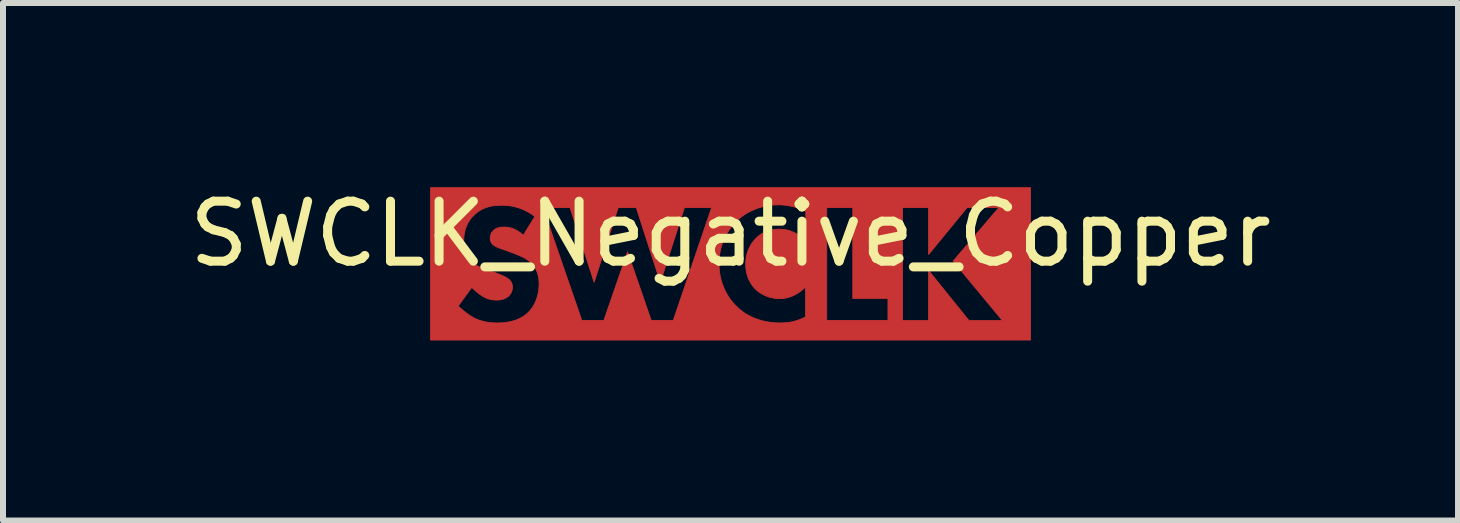
<source format=kicad_pcb>
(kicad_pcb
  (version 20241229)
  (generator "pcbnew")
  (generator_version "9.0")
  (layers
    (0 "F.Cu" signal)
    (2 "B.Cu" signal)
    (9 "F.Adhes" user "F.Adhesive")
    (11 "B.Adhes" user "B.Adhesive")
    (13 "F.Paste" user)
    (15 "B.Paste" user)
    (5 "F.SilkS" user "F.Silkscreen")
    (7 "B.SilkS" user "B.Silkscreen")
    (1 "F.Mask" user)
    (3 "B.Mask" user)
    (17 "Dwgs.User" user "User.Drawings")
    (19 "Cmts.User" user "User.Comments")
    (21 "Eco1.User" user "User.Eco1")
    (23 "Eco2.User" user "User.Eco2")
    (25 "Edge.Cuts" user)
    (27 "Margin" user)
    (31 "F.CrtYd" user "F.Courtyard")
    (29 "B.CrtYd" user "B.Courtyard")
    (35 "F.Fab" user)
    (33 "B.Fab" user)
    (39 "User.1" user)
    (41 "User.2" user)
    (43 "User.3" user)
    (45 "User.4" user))
  (footprint "SWCLK_Negative_Copper"
    (layer "F.Cu")
    (at 9.125 1.348)
    (property "Reference" "SWCLK_Negative_Copper" (at 0 -0.5 0) (unlocked yes) (layer "F.SilkS") (effects (font (size 1 1) (thickness 0.15))))
    (fp_poly (pts (xy 5.001 1.27) (xy -5 1.27) (xy -5 0.702) (xy -4.538 0.702) (xy -4.51 0.729) (xy -4.478 0.757) (xy -4.445 0.785) (xy -4.41 0.812) (xy -4.373 0.839) (xy -4.355 0.852) (xy -4.336 0.864) (xy -4.317 0.875) (xy -4.299 0.887) (xy -4.281 0.897) (xy -4.263 0.907) (xy -4.24 0.917) (xy -4.218 0.926) (xy -4.195 0.935) (xy -4.173 0.943) (xy -4.15 0.95) (xy -4.127 0.956) (xy -4.104 0.962) (xy -4.081 0.967) (xy -4.058 0.971) (xy -4.034 0.975) (xy -4.011 0.978) (xy -3.987 0.98) (xy -3.963 0.982) (xy -3.938 0.983) (xy -3.914 0.984) (xy -3.889 0.984) (xy -3.837 0.983) (xy -3.808 0.982) (xy -3.777 0.979) (xy -3.744 0.976) (xy -3.71 0.97) (xy -3.674 0.964) (xy -3.638 0.955) (xy -3.602 0.944) (xy -3.565 0.932) (xy -3.528 0.916) (xy -3.492 0.898) (xy -3.456 0.877) (xy -3.439 0.865) (xy -3.421 0.853) (xy -3.405 0.839) (xy -3.388 0.825) (xy -3.372 0.81) (xy -3.356 0.794) (xy -3.338 0.774) (xy -3.321 0.752) (xy -3.304 0.729) (xy -3.288 0.705) (xy -3.274 0.679) (xy -3.26 0.653) (xy -3.248 0.625) (xy -3.236 0.595) (xy -3.226 0.565) (xy -3.217 0.534) (xy -3.209 0.501) (xy -3.202 0.468) (xy -3.197 0.434) (xy -3.193 0.4) (xy -3.191 0.364) (xy -3.19 0.328) (xy -3.191 0.307) (xy -3.192 0.286) (xy -3.194 0.264) (xy -3.196 0.242) (xy -3.2 0.22) (xy -3.205 0.197) (xy -3.211 0.175) (xy -3.218 0.152) (xy -3.226 0.13) (xy -3.236 0.107) (xy -3.247 0.085) (xy -3.26 0.063) (xy -3.275 0.041) (xy -3.291 0.02) (xy -3.308 -0.001) (xy -3.328 -0.021) (xy -3.342 -0.034) (xy -3.357 -0.046) (xy -3.372 -0.058) (xy -3.388 -0.069) (xy -3.404 -0.08) (xy -3.42 -0.09) (xy -3.437 -0.099) (xy -3.454 -0.108) (xy -3.471 -0.117) (xy -3.488 -0.125) (xy -3.521 -0.14) (xy -3.554 -0.153) (xy -3.585 -0.166) (xy -3.726 -0.219) (xy -3.811 -0.249) (xy -3.845 -0.261) (xy -3.861 -0.267) (xy -3.875 -0.273) (xy -3.889 -0.279) (xy -3.901 -0.285) (xy -3.913 -0.29) (xy -3.924 -0.297) (xy -3.935 -0.303) (xy -3.945 -0.31) (xy -3.954 -0.317) (xy -3.963 -0.325) (xy -3.968 -0.33) (xy -3.973 -0.335) (xy -3.977 -0.341) (xy -3.981 -0.347) (xy -3.985 -0.352) (xy -3.989 -0.358) (xy -3.992 -0.365) (xy -3.995 -0.371) (xy -3.997 -0.377) (xy -3.999 -0.384) (xy -4.001 -0.391) (xy -4.003 -0.398) (xy -4.004 -0.406) (xy -4.005 -0.414) (xy -4.005 -0.422) (xy -4.005 -0.43) (xy -4.005 -0.44) (xy -4.004 -0.449) (xy -4.003 -0.457) (xy -4.001 -0.466) (xy -3.999 -0.474) (xy -3.997 -0.483) (xy -3.994 -0.491) (xy -3.991 -0.498) (xy -3.988 -0.506) (xy -3.984 -0.513) (xy -3.98 -0.52) (xy -3.975 -0.527) (xy -3.971 -0.533) (xy -3.966 -0.539) (xy -3.961 -0.545) (xy -3.956 -0.55) (xy -3.951 -0.555) (xy -3.946 -0.56) (xy -3.941 -0.565) (xy -3.936 -0.569) (xy -3.926 -0.577) (xy -3.915 -0.584) (xy -3.903 -0.59) (xy -3.892 -0.595) (xy -3.88 -0.6) (xy -3.868 -0.603) (xy -3.856 -0.606) (xy -3.844 -0.609) (xy -3.832 -0.61) (xy -3.819 -0.612) (xy -3.807 -0.613) (xy -3.795 -0.613) (xy -3.772 -0.614) (xy -3.748 -0.613) (xy -3.734 -0.612) (xy -3.719 -0.611) (xy -3.702 -0.608) (xy -3.684 -0.605) (xy -3.665 -0.6) (xy -3.645 -0.594) (xy -3.624 -0.587) (xy -3.602 -0.578) (xy -3.58 -0.567) (xy -3.556 -0.554) (xy -3.532 -0.539) (xy -3.507 -0.522) (xy -3.481 -0.502) (xy -3.455 -0.48) (xy -3.455 -0.473) (xy -3.261 -0.79) (xy -3.302 -0.82) (xy -3.342 -0.846) (xy -3.382 -0.869) (xy -3.422 -0.889) (xy -3.461 -0.907) (xy -3.499 -0.922) (xy -3.536 -0.935) (xy -3.547 -0.938) (xy -3.127 -0.938) (xy -2.478 0.942) (xy -2.111 0.942) (xy -1.716 -0.201) (xy -1.321 0.942) (xy -0.954 0.942) (xy -0.633 -0.004) (xy -0.192 -0.004) (xy -0.19 0.052) (xy -0.186 0.107) (xy -0.179 0.16) (xy -0.17 0.212) (xy -0.158 0.262) (xy -0.144 0.311) (xy -0.127 0.358) (xy -0.109 0.404) (xy -0.088 0.449) (xy -0.066 0.491) (xy -0.042 0.532) (xy -0.016 0.571) (xy 0.011 0.609) (xy 0.04 0.644) (xy 0.07 0.678) (xy 0.101 0.709) (xy 0.131 0.738) (xy 0.163 0.765) (xy 0.197 0.792) (xy 0.233 0.818) (xy 0.271 0.842) (xy 0.312 0.864) (xy 0.354 0.885) (xy 0.398 0.905) (xy 0.445 0.922) (xy 0.494 0.938) (xy 0.546 0.952) (xy 0.599 0.963) (xy 0.655 0.972) (xy 0.714 0.979) (xy 0.775 0.983) (xy 0.838 0.984) (xy 0.882 0.983) (xy 0.928 0.98) (xy 0.952 0.978) (xy 0.976 0.974) (xy 1.001 0.97) (xy 1.027 0.965) (xy 1.053 0.959) (xy 1.08 0.952) (xy 1.1 0.945) (xy 2.867 0.945) (xy 3.301 0.945) (xy 3.301 0.109) (xy 3.975 0.945) (xy 4.532 0.945) (xy 3.71 -0.046) (xy 4.472 -0.938) (xy 3.943 -0.938) (xy 3.301 -0.155) (xy 3.301 -0.938) (xy 2.867 -0.938) (xy 2.867 0.945) (xy 1.1 0.945) (xy 1.107 0.943) (xy 1.111 0.942) (xy 1.604 0.942) (xy 2.624 0.942) (xy 2.624 0.575) (xy 2.038 0.575) (xy 2.038 -0.938) (xy 1.604 -0.938) (xy 1.604 0.942) (xy 1.111 0.942) (xy 1.136 0.934) (xy 1.164 0.923) (xy 1.194 0.911) (xy 1.224 0.897) (xy 1.248 0.885) (xy 1.251 0.885) (xy 1.255 0.882) (xy 1.251 0.884) (xy 1.251 0.885) (xy 1.248 0.885) (xy 1.251 0.884) (xy 1.251 0.385) (xy 1.22 0.413) (xy 1.19 0.439) (xy 1.16 0.463) (xy 1.13 0.483) (xy 1.101 0.501) (xy 1.072 0.517) (xy 1.044 0.531) (xy 1.016 0.542) (xy 0.989 0.552) (xy 0.963 0.56) (xy 0.937 0.566) (xy 0.912 0.571) (xy 0.888 0.575) (xy 0.865 0.577) (xy 0.842 0.578) (xy 0.821 0.579) (xy 0.8 0.578) (xy 0.779 0.577) (xy 0.759 0.576) (xy 0.739 0.573) (xy 0.72 0.571) (xy 0.702 0.567) (xy 0.684 0.563) (xy 0.666 0.559) (xy 0.649 0.555) (xy 0.633 0.55) (xy 0.617 0.544) (xy 0.602 0.539) (xy 0.587 0.533) (xy 0.573 0.527) (xy 0.56 0.52) (xy 0.547 0.514) (xy 0.522 0.5) (xy 0.5 0.487) (xy 0.48 0.474) (xy 0.463 0.461) (xy 0.447 0.449) (xy 0.434 0.438) (xy 0.424 0.428) (xy 0.415 0.42) (xy 0.399 0.403) (xy 0.384 0.386) (xy 0.369 0.367) (xy 0.354 0.346) (xy 0.34 0.325) (xy 0.327 0.302) (xy 0.314 0.278) (xy 0.302 0.253) (xy 0.292 0.226) (xy 0.282 0.198) (xy 0.273 0.169) (xy 0.266 0.139) (xy 0.261 0.107) (xy 0.256 0.074) (xy 0.254 0.039) (xy 0.253 0.004) (xy 0.254 -0.03) (xy 0.256 -0.063) (xy 0.26 -0.095) (xy 0.266 -0.126) (xy 0.272 -0.156) (xy 0.281 -0.186) (xy 0.29 -0.215) (xy 0.301 -0.243) (xy 0.314 -0.27) (xy 0.327 -0.296) (xy 0.341 -0.321) (xy 0.357 -0.345) (xy 0.374 -0.368) (xy 0.391 -0.39) (xy 0.41 -0.411) (xy 0.429 -0.43) (xy 0.448 -0.448) (xy 0.468 -0.465) (xy 0.488 -0.481) (xy 0.509 -0.495) (xy 0.53 -0.509) (xy 0.552 -0.521) (xy 0.575 -0.532) (xy 0.599 -0.542) (xy 0.623 -0.55) (xy 0.648 -0.558) (xy 0.674 -0.564) (xy 0.701 -0.569) (xy 0.728 -0.573) (xy 0.756 -0.576) (xy 0.784 -0.578) (xy 0.814 -0.579) (xy 0.832 -0.578) (xy 0.851 -0.577) (xy 0.869 -0.576) (xy 0.887 -0.574) (xy 0.904 -0.572) (xy 0.921 -0.569) (xy 0.938 -0.565) (xy 0.954 -0.562) (xy 0.97 -0.557) (xy 0.986 -0.553) (xy 1.017 -0.542) (xy 1.046 -0.53) (xy 1.074 -0.516) (xy 1.101 -0.502) (xy 1.126 -0.486) (xy 1.151 -0.469) (xy 1.174 -0.452) (xy 1.196 -0.434) (xy 1.217 -0.415) (xy 1.236 -0.397) (xy 1.255 -0.377) (xy 1.255 -0.878) (xy 1.221 -0.893) (xy 1.188 -0.906) (xy 1.156 -0.918) (xy 1.124 -0.929) (xy 1.094 -0.939) (xy 1.064 -0.948) (xy 1.035 -0.955) (xy 1.006 -0.962) (xy 0.979 -0.967) (xy 0.952 -0.972) (xy 0.926 -0.976) (xy 0.9 -0.979) (xy 0.875 -0.981) (xy 0.851 -0.983) (xy 0.827 -0.984) (xy 0.803 -0.984) (xy 0.749 -0.983) (xy 0.696 -0.979) (xy 0.644 -0.973) (xy 0.593 -0.965) (xy 0.544 -0.954) (xy 0.496 -0.941) (xy 0.45 -0.926) (xy 0.405 -0.909) (xy 0.361 -0.89) (xy 0.319 -0.87) (xy 0.278 -0.848) (xy 0.24 -0.824) (xy 0.202 -0.798) (xy 0.167 -0.771) (xy 0.133 -0.742) (xy 0.101 -0.713) (xy 0.07 -0.681) (xy 0.04 -0.647) (xy 0.011 -0.611) (xy -0.016 -0.574) (xy -0.042 -0.535) (xy -0.066 -0.494) (xy -0.088 -0.452) (xy -0.109 -0.408) (xy -0.127 -0.363) (xy -0.144 -0.316) (xy -0.158 -0.267) (xy -0.17 -0.218) (xy -0.179 -0.166) (xy -0.186 -0.113) (xy -0.19 -0.059) (xy -0.192 -0.004) (xy -0.633 -0.004) (xy -0.315 -0.938) (xy -0.767 -0.938) (xy -1.169 0.307) (xy -1.571 -0.938) (xy -1.871 -0.938) (xy -2.273 0.307) (xy -2.675 -0.938) (xy -3.127 -0.938) (xy -3.547 -0.938) (xy -3.573 -0.946) (xy -3.608 -0.955) (xy -3.642 -0.962) (xy -3.675 -0.967) (xy -3.707 -0.971) (xy -3.737 -0.974) (xy -3.766 -0.976) (xy -3.818 -0.977) (xy -3.851 -0.977) (xy -3.883 -0.975) (xy -3.915 -0.973) (xy -3.947 -0.969) (xy -3.977 -0.964) (xy -4.008 -0.958) (xy -4.038 -0.95) (xy -4.067 -0.941) (xy -4.096 -0.93) (xy -4.124 -0.918) (xy -4.152 -0.904) (xy -4.179 -0.888) (xy -4.206 -0.87) (xy -4.233 -0.85) (xy -4.258 -0.828) (xy -4.284 -0.804) (xy -4.304 -0.782) (xy -4.323 -0.76) (xy -4.341 -0.736) (xy -4.357 -0.712) (xy -4.372 -0.688) (xy -4.385 -0.663) (xy -4.397 -0.637) (xy -4.407 -0.611) (xy -4.417 -0.584) (xy -4.425 -0.557) (xy -4.431 -0.529) (xy -4.437 -0.501) (xy -4.441 -0.472) (xy -4.444 -0.442) (xy -4.446 -0.412) (xy -4.446 -0.381) (xy -4.445 -0.345) (xy -4.444 -0.326) (xy -4.442 -0.306) (xy -4.44 -0.286) (xy -4.436 -0.265) (xy -4.432 -0.244) (xy -4.427 -0.222) (xy -4.42 -0.201) (xy -4.412 -0.179) (xy -4.403 -0.157) (xy -4.393 -0.136) (xy -4.38 -0.115) (xy -4.366 -0.094) (xy -4.351 -0.073) (xy -4.333 -0.053) (xy -4.32 -0.039) (xy -4.305 -0.026) (xy -4.291 -0.013) (xy -4.275 -0.001) (xy -4.259 0.009) (xy -4.243 0.02) (xy -4.226 0.029) (xy -4.209 0.038) (xy -4.192 0.047) (xy -4.175 0.055) (xy -4.14 0.07) (xy -4.106 0.083) (xy -4.072 0.095) (xy -3.917 0.148) (xy -3.867 0.168) (xy -3.838 0.18) (xy -3.806 0.193) (xy -3.775 0.207) (xy -3.76 0.215) (xy -3.746 0.223) (xy -3.732 0.23) (xy -3.72 0.238) (xy -3.708 0.246) (xy -3.698 0.254) (xy -3.691 0.26) (xy -3.684 0.266) (xy -3.678 0.273) (xy -3.672 0.279) (xy -3.666 0.286) (xy -3.661 0.294) (xy -3.656 0.301) (xy -3.652 0.309) (xy -3.648 0.317) (xy -3.645 0.326) (xy -3.642 0.335) (xy -3.639 0.345) (xy -3.637 0.355) (xy -3.636 0.365) (xy -3.635 0.376) (xy -3.635 0.388) (xy -3.635 0.395) (xy -3.635 0.401) (xy -3.636 0.407) (xy -3.636 0.414) (xy -3.637 0.42) (xy -3.638 0.426) (xy -3.639 0.431) (xy -3.64 0.437) (xy -3.642 0.443) (xy -3.643 0.448) (xy -3.647 0.459) (xy -3.651 0.469) (xy -3.655 0.478) (xy -3.66 0.488) (xy -3.665 0.496) (xy -3.671 0.505) (xy -3.676 0.513) (xy -3.682 0.52) (xy -3.689 0.527) (xy -3.695 0.534) (xy -3.702 0.54) (xy -3.714 0.549) (xy -3.726 0.558) (xy -3.739 0.565) (xy -3.751 0.572) (xy -3.764 0.578) (xy -3.777 0.583) (xy -3.79 0.588) (xy -3.803 0.591) (xy -3.816 0.595) (xy -3.829 0.597) (xy -3.841 0.599) (xy -3.854 0.601) (xy -3.866 0.602) (xy -3.877 0.603) (xy -3.889 0.603) (xy -3.899 0.603) (xy -3.916 0.603) (xy -3.932 0.602) (xy -3.948 0.601) (xy -3.963 0.599) (xy -3.978 0.597) (xy -3.993 0.594) (xy -4.008 0.591) (xy -4.023 0.587) (xy -4.037 0.583) (xy -4.052 0.578) (xy -4.066 0.572) (xy -4.08 0.566) (xy -4.094 0.559) (xy -4.108 0.552) (xy -4.122 0.545) (xy -4.136 0.536) (xy -4.146 0.53) (xy -4.156 0.523) (xy -4.167 0.515) (xy -4.179 0.507) (xy -4.202 0.49) (xy -4.225 0.471) (xy -4.249 0.451) (xy -4.271 0.431) (xy -4.292 0.411) (xy -4.312 0.392) (xy -4.538 0.702) (xy -5 0.702) (xy -5 -1.27) (xy 5.001 -1.27)) (stroke (width 0.013) (type solid)) (fill yes) (layer "F.Cu")))
  (gr_rect
    (start -3 -3)
    (end 21.25 5.625)
    (stroke (width 0.1) (type default))
    (fill no)
    (layer "Edge.Cuts")))
</source>
